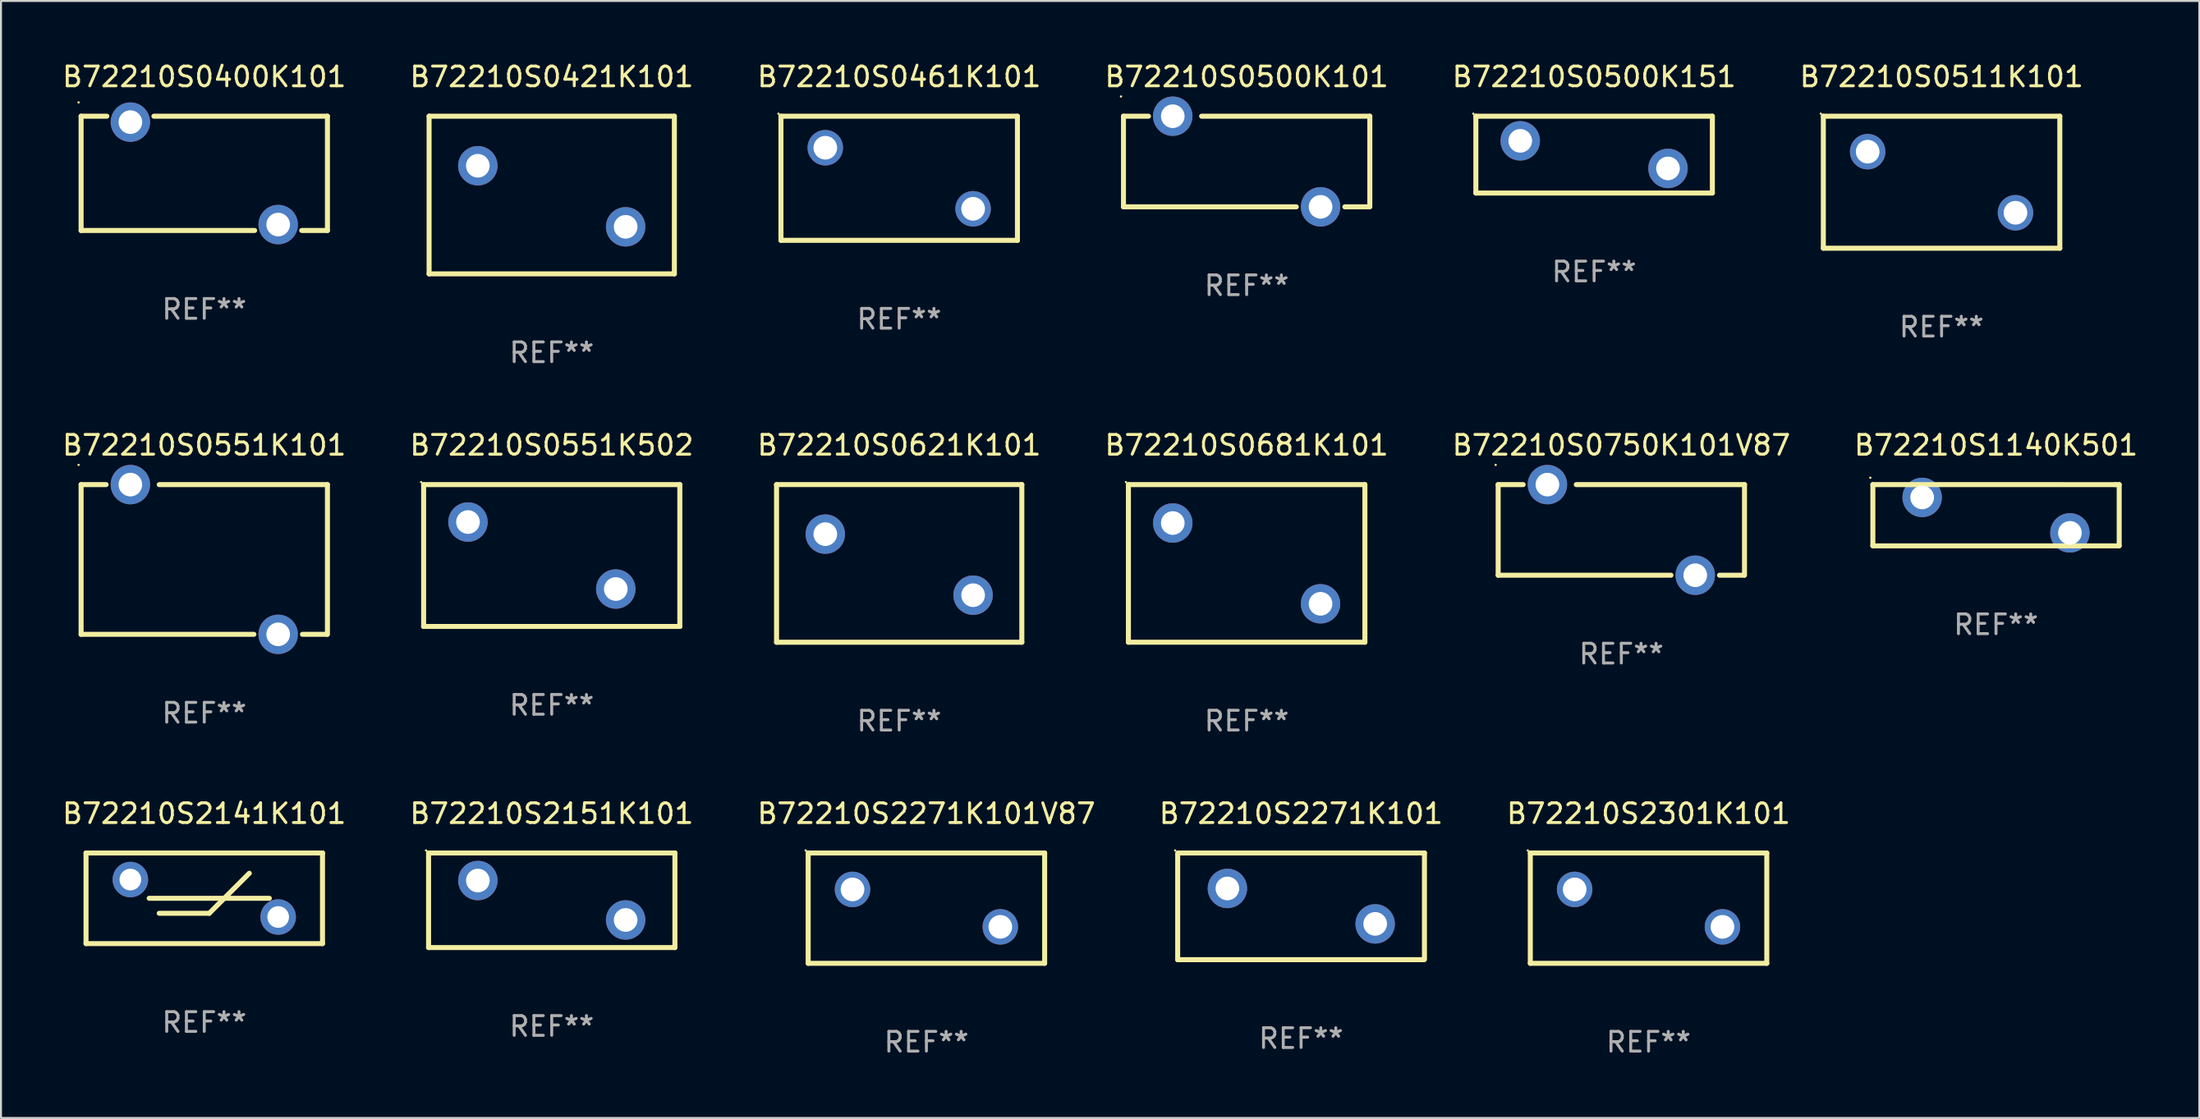
<source format=kicad_pcb>
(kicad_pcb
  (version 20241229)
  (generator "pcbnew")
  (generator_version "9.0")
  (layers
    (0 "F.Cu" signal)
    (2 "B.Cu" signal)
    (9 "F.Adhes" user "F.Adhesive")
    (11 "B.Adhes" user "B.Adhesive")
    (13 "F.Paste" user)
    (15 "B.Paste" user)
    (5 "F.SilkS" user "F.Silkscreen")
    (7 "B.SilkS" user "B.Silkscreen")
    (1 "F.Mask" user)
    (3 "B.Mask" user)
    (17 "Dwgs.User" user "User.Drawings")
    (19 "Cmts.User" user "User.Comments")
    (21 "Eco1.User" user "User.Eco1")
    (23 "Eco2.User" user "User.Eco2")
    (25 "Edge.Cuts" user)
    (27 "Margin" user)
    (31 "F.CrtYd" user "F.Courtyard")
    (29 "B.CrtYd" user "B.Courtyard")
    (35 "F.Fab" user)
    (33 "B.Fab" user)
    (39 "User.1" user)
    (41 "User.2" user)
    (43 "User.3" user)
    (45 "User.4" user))
  (footprint "B72210S1140K501"
    (layer "F.Cu")
    (at 98.232 23.101)
    (property "Reference" "B72210S1140K501" (at 0 -3.555 0) (layer "F.SilkS") (effects (font (size 1 1) (thickness 0.15))))
    (attr through_hole)
    (fp_line (start -6.249 -1.555) (end 6.056 -1.554) (stroke (width 0.254) (type solid)) (layer "F.SilkS"))
    (fp_line (start -6.249 1.545) (end -6.249 -1.554) (stroke (width 0.254) (type solid)) (layer "F.SilkS"))
    (fp_line (start 6.056 -1.554) (end 6.251 -1.555) (stroke (width 0.254) (type solid)) (layer "F.SilkS"))
    (fp_line (start 6.251 -1.555) (end 6.251 1.545) (stroke (width 0.254) (type solid)) (layer "F.SilkS"))
    (fp_line (start 6.251 1.555) (end -6.251 1.555) (stroke (width 0.254) (type solid)) (layer "F.SilkS"))
    (fp_circle (center -6.378 -1.904) (end -6.348 -1.904) (stroke (width 0.06) (type solid)) (fill no) (layer "F.SilkS"))
    (fp_text user "REF**" (at 0 5.555 0) (layer "F.Fab") (effects (font (size 1 1) (thickness 0.15))))
    (pad "1" thru_hole circle (at -3.748 -0.904) (size 2 2) (drill 1.2) (layers "*.Cu" "*.Mask"))
    (pad "2" thru_hole circle (at 3.75 0.894) (size 2 2) (drill 1.2) (layers "*.Cu" "*.Mask")))
  (footprint "B72210S2141K101"
    (layer "F.Cu")
    (at 7.315 42.543)
    (property "Reference" "B72210S2141K101" (at 0 -4.3 0) (layer "F.SilkS") (effects (font (size 1 1) (thickness 0.15))))
    (attr through_hole)
    (fp_line (start -6 -2.3) (end -6 2.3) (stroke (width 0.254) (type solid)) (layer "F.SilkS"))
    (fp_line (start -6 -2.3) (end 6 -2.3) (stroke (width 0.254) (type solid)) (layer "F.SilkS"))
    (fp_line (start -6 2.3) (end 6 2.3) (stroke (width 0.254) (type solid)) (layer "F.SilkS"))
    (fp_line (start -2.794 0) (end 3.302 0) (stroke (width 0.254) (type solid)) (layer "F.SilkS"))
    (fp_line (start -2.286 0.762) (end 0.254 0.762) (stroke (width 0.254) (type solid)) (layer "F.SilkS"))
    (fp_line (start 0.254 0.762) (end 2.286 -1.27) (stroke (width 0.254) (type solid)) (layer "F.SilkS"))
    (fp_line (start 6 -2.3) (end 6 2.3) (stroke (width 0.254) (type solid)) (layer "F.SilkS"))
    (fp_circle (center -6 -2.3) (end -5.97 -2.3) (stroke (width 0.06) (type solid)) (fill no) (layer "F.SilkS"))
    (fp_text user "REF**" (at 0 6.3 0) (layer "F.Fab") (effects (font (size 1 1) (thickness 0.15))))
    (pad "1" thru_hole circle (at -3.75 -0.95) (size 1.8 1.8) (drill 1.1) (layers "*.Cu" "*.Mask"))
    (pad "2" thru_hole circle (at 3.75 0.95) (size 1.8 1.8) (drill 1.1) (layers "*.Cu" "*.Mask")))
  (footprint "B72210S0750K101V87"
    (layer "F.Cu")
    (at 79.22 23.846)
    (property "Reference" "B72210S0750K101V87" (at 0 -4.3 0) (layer "F.SilkS") (effects (font (size 1 1) (thickness 0.15))))
    (attr through_hole)
    (fp_line (start -6.25 -2.3) (end -6.25 2.3) (stroke (width 0.254) (type solid)) (layer "F.SilkS"))
    (fp_line (start -6.25 -2.3) (end -4.981 -2.3) (stroke (width 0.254) (type solid)) (layer "F.SilkS"))
    (fp_line (start -6.25 2.3) (end 2.519 2.3) (stroke (width 0.254) (type solid)) (layer "F.SilkS"))
    (fp_line (start 4.981 2.3) (end 6.223 2.3) (stroke (width 0.254) (type solid)) (layer "F.SilkS"))
    (fp_line (start 6.25 -2.3) (end -2.286 -2.3) (stroke (width 0.254) (type solid)) (layer "F.SilkS"))
    (fp_line (start 6.25 -2.3) (end 6.25 2.3) (stroke (width 0.254) (type solid)) (layer "F.SilkS"))
    (fp_circle (center -6.377 -3.3) (end -6.347 -3.3) (stroke (width 0.06) (type solid)) (fill no) (layer "F.SilkS"))
    (fp_text user "REF**" (at 0 6.3 0) (layer "F.Fab") (effects (font (size 1 1) (thickness 0.15))))
    (pad "1" thru_hole circle (at -3.75 -2.3) (size 2 2) (drill 1.2) (layers "*.Cu" "*.Mask"))
    (pad "2" thru_hole circle (at 3.75 2.3) (size 2 2) (drill 1.2) (layers "*.Cu" "*.Mask")))
  (footprint "B72210S0500K151"
    (layer "F.Cu")
    (at 77.839 4.798)
    (property "Reference" "B72210S0500K151" (at 0 -3.95 0) (layer "F.SilkS") (effects (font (size 1 1) (thickness 0.15))))
    (attr through_hole)
    (fp_line (start -6 -1.95) (end 6 -1.95) (stroke (width 0.254) (type solid)) (layer "F.SilkS"))
    (fp_line (start -6 1.95) (end -6 -1.95) (stroke (width 0.254) (type solid)) (layer "F.SilkS"))
    (fp_line (start 6 -1.95) (end 6 1.95) (stroke (width 0.254) (type solid)) (layer "F.SilkS"))
    (fp_line (start 6 1.95) (end -6 1.95) (stroke (width 0.254) (type solid)) (layer "F.SilkS"))
    (fp_circle (center -6.127 -2.077) (end -6.097 -2.077) (stroke (width 0.06) (type solid)) (fill no) (layer "F.SilkS"))
    (fp_text user "REF**" (at 0 5.95 0) (layer "F.Fab") (effects (font (size 1 1) (thickness 0.15))))
    (pad "1" thru_hole circle (at -3.749 -0.7) (size 2 2) (drill 1.2) (layers "*.Cu" "*.Mask"))
    (pad "2" thru_hole circle (at 3.749 0.7) (size 2 2) (drill 1.2) (layers "*.Cu" "*.Mask")))
  (footprint "B72210S0551K101"
    (layer "F.Cu")
    (at 7.315 25.346)
    (property "Reference" "B72210S0551K101" (at 0 -5.8 0) (layer "F.SilkS") (effects (font (size 1 1) (thickness 0.15))))
    (attr through_hole)
    (fp_line (start -6.25 -3.8) (end -6.25 3.8) (stroke (width 0.254) (type solid)) (layer "F.SilkS"))
    (fp_line (start -6.25 -3.8) (end -4.981 -3.8) (stroke (width 0.254) (type solid)) (layer "F.SilkS"))
    (fp_line (start -6.25 3.8) (end 2.519 3.8) (stroke (width 0.254) (type solid)) (layer "F.SilkS"))
    (fp_line (start 4.981 3.8) (end 6.223 3.8) (stroke (width 0.254) (type solid)) (layer "F.SilkS"))
    (fp_line (start 6.25 -3.8) (end -2.286 -3.8) (stroke (width 0.254) (type solid)) (layer "F.SilkS"))
    (fp_line (start 6.25 -3.8) (end 6.25 3.8) (stroke (width 0.254) (type solid)) (layer "F.SilkS"))
    (fp_circle (center -6.377 -4.8) (end -6.347 -4.8) (stroke (width 0.06) (type solid)) (fill no) (layer "F.SilkS"))
    (fp_text user "REF**" (at 0 7.8 0) (layer "F.Fab") (effects (font (size 1 1) (thickness 0.15))))
    (pad "1" thru_hole circle (at -3.75 -3.8) (size 2 2) (drill 1.2) (layers "*.Cu" "*.Mask"))
    (pad "2" thru_hole circle (at 3.75 3.8) (size 2 2) (drill 1.2) (layers "*.Cu" "*.Mask")))
  (footprint "B72210S2151K101"
    (layer "F.Cu")
    (at 24.946 42.643)
    (property "Reference" "B72210S2151K101" (at 0 -4.4 0) (layer "F.SilkS") (effects (font (size 1 1) (thickness 0.15))))
    (attr through_hole)
    (fp_line (start -6.249 2.4) (end -6.249 -2.4) (stroke (width 0.254) (type solid)) (layer "F.SilkS"))
    (fp_line (start -6.249 -2.4) (end 6.251 -2.4) (stroke (width 0.254) (type solid)) (layer "F.SilkS"))
    (fp_line (start 6.251 -2.4) (end 6.251 2.4) (stroke (width 0.254) (type solid)) (layer "F.SilkS"))
    (fp_line (start 6.251 2.4) (end -6.251 2.4) (stroke (width 0.254) (type solid)) (layer "F.SilkS"))
    (fp_circle (center -6.378 -2.527) (end -6.348 -2.527) (stroke (width 0.06) (type solid)) (fill no) (layer "F.SilkS"))
    (fp_text user "REF**" (at 0 6.4 0) (layer "F.Fab") (effects (font (size 1 1) (thickness 0.15))))
    (pad "1" thru_hole circle (at -3.748 -1) (size 2 2) (drill 1.2) (layers "*.Cu" "*.Mask"))
    (pad "2" thru_hole circle (at 3.75 1) (size 2 2) (drill 1.2) (layers "*.Cu" "*.Mask")))
  (footprint "B72210S2301K101"
    (layer "F.Cu")
    (at 80.601 43.043)
    (property "Reference" "B72210S2301K101" (at 0 -4.8 0) (layer "F.SilkS") (effects (font (size 1 1) (thickness 0.15))))
    (attr through_hole)
    (fp_line (start -6 -2.8) (end 6 -2.8) (stroke (width 0.254) (type solid)) (layer "F.SilkS"))
    (fp_line (start -6 2.8) (end -6 -2.8) (stroke (width 0.254) (type solid)) (layer "F.SilkS"))
    (fp_line (start 6 -2.8) (end 6 2.8) (stroke (width 0.254) (type solid)) (layer "F.SilkS"))
    (fp_line (start 6 2.8) (end -6 2.8) (stroke (width 0.254) (type solid)) (layer "F.SilkS"))
    (fp_circle (center -6.127 -2.927) (end -6.097 -2.927) (stroke (width 0.06) (type solid)) (fill no) (layer "F.SilkS"))
    (fp_text user "REF**" (at 0 6.8 0) (layer "F.Fab") (effects (font (size 1 1) (thickness 0.15))))
    (pad "1" thru_hole circle (at -3.75 -0.95) (size 1.8 1.8) (drill 1.2) (layers "*.Cu" "*.Mask"))
    (pad "2" thru_hole circle (at 3.75 0.95) (size 1.8 1.8) (drill 1.2) (layers "*.Cu" "*.Mask")))
  (footprint "B72210S0421K101"
    (layer "F.Cu")
    (at 24.946 6.849)
    (property "Reference" "B72210S0421K101" (at 0 -6.001 0) (layer "F.SilkS") (effects (font (size 1 1) (thickness 0.15))))
    (attr through_hole)
    (fp_line (start -6.223 -4.001) (end 6.223 -4.001) (stroke (width 0.254) (type solid)) (layer "F.SilkS"))
    (fp_line (start -6.223 4.001) (end -6.223 -4.001) (stroke (width 0.254) (type solid)) (layer "F.SilkS"))
    (fp_line (start 6.223 -4.001) (end 6.223 4.001) (stroke (width 0.254) (type solid)) (layer "F.SilkS"))
    (fp_line (start 6.223 4.001) (end -6.223 4.001) (stroke (width 0.254) (type solid)) (layer "F.SilkS"))
    (fp_circle (center -6.25 -3.937) (end -6.22 -3.937) (stroke (width 0.06) (type solid)) (fill no) (layer "F.SilkS"))
    (fp_text user "REF**" (at 0 8.001 0) (layer "F.Fab") (effects (font (size 1 1) (thickness 0.15))))
    (pad "1" thru_hole circle (at -3.75 -1.486) (size 2 2) (drill 1.2) (layers "*.Cu" "*.Mask"))
    (pad "2" thru_hole circle (at 3.75 1.613) (size 2 2) (drill 1.2) (layers "*.Cu" "*.Mask")))
  (footprint "B72210S0551K502"
    (layer "F.Cu")
    (at 24.946 25.146)
    (property "Reference" "B72210S0551K502" (at 0 -5.6 0) (layer "F.SilkS") (effects (font (size 1 1) (thickness 0.15))))
    (attr through_hole)
    (fp_line (start -6.5 -3.6) (end -6.5 3.6) (stroke (width 0.254) (type solid)) (layer "F.SilkS"))
    (fp_line (start -6.5 -3.6) (end 6.5 -3.6) (stroke (width 0.254) (type solid)) (layer "F.SilkS"))
    (fp_line (start -6.5 3.6) (end 6.5 3.6) (stroke (width 0.254) (type solid)) (layer "F.SilkS"))
    (fp_line (start 6.5 -3.6) (end 6.5 3.6) (stroke (width 0.254) (type solid)) (layer "F.SilkS"))
    (fp_circle (center -6.627 -3.727) (end -6.597 -3.727) (stroke (width 0.06) (type solid)) (fill no) (layer "F.SilkS"))
    (fp_text user "REF**" (at 0 7.6 0) (layer "F.Fab") (effects (font (size 1 1) (thickness 0.15))))
    (pad "1" thru_hole circle (at -4.25 -1.7) (size 2 2) (drill 1.2) (layers "*.Cu" "*.Mask"))
    (pad "2" thru_hole circle (at 3.25 1.7) (size 2 2) (drill 1.2) (layers "*.Cu" "*.Mask")))
  (footprint "B72210S0621K101"
    (layer "F.Cu")
    (at 42.577 25.546)
    (property "Reference" "B72210S0621K101" (at 0 -6.001 0) (layer "F.SilkS") (effects (font (size 1 1) (thickness 0.15))))
    (attr through_hole)
    (fp_line (start -6.223 -4.001) (end 6.223 -4.001) (stroke (width 0.254) (type solid)) (layer "F.SilkS"))
    (fp_line (start -6.223 4.001) (end -6.223 -4.001) (stroke (width 0.254) (type solid)) (layer "F.SilkS"))
    (fp_line (start 6.223 -4.001) (end 6.223 4.001) (stroke (width 0.254) (type solid)) (layer "F.SilkS"))
    (fp_line (start 6.223 4.001) (end -6.223 4.001) (stroke (width 0.254) (type solid)) (layer "F.SilkS"))
    (fp_circle (center -6.25 -3.937) (end -6.22 -3.937) (stroke (width 0.06) (type solid)) (fill no) (layer "F.SilkS"))
    (fp_text user "REF**" (at 0 8.001 0) (layer "F.Fab") (effects (font (size 1 1) (thickness 0.15))))
    (pad "1" thru_hole circle (at -3.75 -1.486) (size 2 2) (drill 1.2) (layers "*.Cu" "*.Mask"))
    (pad "2" thru_hole circle (at 3.75 1.613) (size 2 2) (drill 1.2) (layers "*.Cu" "*.Mask")))
  (footprint "B72210S0511K101"
    (layer "F.Cu")
    (at 95.47 6.198)
    (property "Reference" "B72210S0511K101" (at 0 -5.35 0) (layer "F.SilkS") (effects (font (size 1 1) (thickness 0.15))))
    (attr through_hole)
    (fp_line (start -6 -3.35) (end 6 -3.35) (stroke (width 0.254) (type solid)) (layer "F.SilkS"))
    (fp_line (start -6 3.35) (end -6 -3.35) (stroke (width 0.254) (type solid)) (layer "F.SilkS"))
    (fp_line (start 6 -3.35) (end 6 3.35) (stroke (width 0.254) (type solid)) (layer "F.SilkS"))
    (fp_line (start 6 3.35) (end -6 3.35) (stroke (width 0.254) (type solid)) (layer "F.SilkS"))
    (fp_circle (center -6.127 -3.477) (end -6.097 -3.477) (stroke (width 0.06) (type solid)) (fill no) (layer "F.SilkS"))
    (fp_text user "REF**" (at 0 7.35 0) (layer "F.Fab") (effects (font (size 1 1) (thickness 0.15))))
    (pad "1" thru_hole circle (at -3.75 -1.55) (size 1.8 1.8) (drill 1.2) (layers "*.Cu" "*.Mask"))
    (pad "2" thru_hole circle (at 3.75 1.55) (size 1.8 1.8) (drill 1.2) (layers "*.Cu" "*.Mask")))
  (footprint "B72210S2271K101"
    (layer "F.Cu")
    (at 62.97 42.951)
    (property "Reference" "B72210S2271K101" (at 0 -4.708 0) (layer "F.SilkS") (effects (font (size 1 1) (thickness 0.15))))
    (attr through_hole)
    (fp_line (start -6.261 2.708) (end -6.261 -2.692) (stroke (width 0.254) (type solid)) (layer "F.SilkS"))
    (fp_line (start -6.24 -2.708) (end 6.261 -2.708) (stroke (width 0.254) (type solid)) (layer "F.SilkS"))
    (fp_line (start 6.241 2.708) (end -6.261 2.708) (stroke (width 0.254) (type solid)) (layer "F.SilkS"))
    (fp_line (start 6.26 -2.708) (end 6.26 2.692) (stroke (width 0.254) (type solid)) (layer "F.SilkS"))
    (fp_circle (center -6.388 -2.835) (end -6.358 -2.835) (stroke (width 0.06) (type solid)) (fill no) (layer "F.SilkS"))
    (fp_text user "REF**" (at 0 6.708 0) (layer "F.Fab") (effects (font (size 1 1) (thickness 0.15))))
    (pad "1" thru_hole circle (at -3.739 -0.907) (size 2 2) (drill 1.2) (layers "*.Cu" "*.Mask"))
    (pad "2" thru_hole circle (at 3.759 0.891) (size 2 2) (drill 1.2) (layers "*.Cu" "*.Mask")))
  (footprint "B72210S0461K101"
    (layer "F.Cu")
    (at 42.577 5.998)
    (property "Reference" "B72210S0461K101" (at 0 -5.15 0) (layer "F.SilkS") (effects (font (size 1 1) (thickness 0.15))))
    (attr through_hole)
    (fp_line (start -6 -3.15) (end 6 -3.15) (stroke (width 0.254) (type solid)) (layer "F.SilkS"))
    (fp_line (start -6 3.15) (end -6 -3.15) (stroke (width 0.254) (type solid)) (layer "F.SilkS"))
    (fp_line (start 6 -3.15) (end 6 3.15) (stroke (width 0.254) (type solid)) (layer "F.SilkS"))
    (fp_line (start 6 3.15) (end -6 3.15) (stroke (width 0.254) (type solid)) (layer "F.SilkS"))
    (fp_circle (center -6.127 -3.277) (end -6.097 -3.277) (stroke (width 0.06) (type solid)) (fill no) (layer "F.SilkS"))
    (fp_text user "REF**" (at 0 7.15 0) (layer "F.Fab") (effects (font (size 1 1) (thickness 0.15))))
    (pad "1" thru_hole circle (at -3.75 -1.55) (size 1.8 1.8) (drill 1.2) (layers "*.Cu" "*.Mask"))
    (pad "2" thru_hole circle (at 3.75 1.55) (size 1.8 1.8) (drill 1.2) (layers "*.Cu" "*.Mask")))
  (footprint "B72210S0500K101"
    (layer "F.Cu")
    (at 60.208 5.148)
    (property "Reference" "B72210S0500K101" (at 0 -4.3 0) (layer "F.SilkS") (effects (font (size 1 1) (thickness 0.15))))
    (attr through_hole)
    (fp_line (start -6.25 -2.3) (end -6.25 2.3) (stroke (width 0.254) (type solid)) (layer "F.SilkS"))
    (fp_line (start -6.25 -2.3) (end -4.981 -2.3) (stroke (width 0.254) (type solid)) (layer "F.SilkS"))
    (fp_line (start -6.25 2.3) (end 2.519 2.3) (stroke (width 0.254) (type solid)) (layer "F.SilkS"))
    (fp_line (start 4.981 2.3) (end 6.223 2.3) (stroke (width 0.254) (type solid)) (layer "F.SilkS"))
    (fp_line (start 6.25 -2.3) (end -2.286 -2.3) (stroke (width 0.254) (type solid)) (layer "F.SilkS"))
    (fp_line (start 6.25 -2.3) (end 6.25 2.3) (stroke (width 0.254) (type solid)) (layer "F.SilkS"))
    (fp_circle (center -6.377 -3.3) (end -6.347 -3.3) (stroke (width 0.06) (type solid)) (fill no) (layer "F.SilkS"))
    (fp_text user "REF**" (at 0 6.3 0) (layer "F.Fab") (effects (font (size 1 1) (thickness 0.15))))
    (pad "1" thru_hole circle (at -3.75 -2.3) (size 2 2) (drill 1.2) (layers "*.Cu" "*.Mask"))
    (pad "2" thru_hole circle (at 3.75 2.3) (size 2 2) (drill 1.2) (layers "*.Cu" "*.Mask")))
  (footprint "B72210S0681K101"
    (layer "F.Cu")
    (at 60.208 25.546)
    (property "Reference" "B72210S0681K101" (at 0 -6 0) (layer "F.SilkS") (effects (font (size 1 1) (thickness 0.15))))
    (attr through_hole)
    (fp_line (start -6 -4) (end 6 -4) (stroke (width 0.254) (type solid)) (layer "F.SilkS"))
    (fp_line (start -6 4) (end -6 -4) (stroke (width 0.254) (type solid)) (layer "F.SilkS"))
    (fp_line (start 6 -4) (end 6 4) (stroke (width 0.254) (type solid)) (layer "F.SilkS"))
    (fp_line (start 6 4) (end -6 4) (stroke (width 0.254) (type solid)) (layer "F.SilkS"))
    (fp_circle (center -6.127 -4.127) (end -6.097 -4.127) (stroke (width 0.06) (type solid)) (fill no) (layer "F.SilkS"))
    (fp_text user "REF**" (at 0 8 0) (layer "F.Fab") (effects (font (size 1 1) (thickness 0.15))))
    (pad "1" thru_hole circle (at -3.749 -2.05) (size 2 2) (drill 1.2) (layers "*.Cu" "*.Mask"))
    (pad "2" thru_hole circle (at 3.749 2.05) (size 2 2) (drill 1.2) (layers "*.Cu" "*.Mask")))
  (footprint "B72210S0400K101"
    (layer "F.Cu")
    (at 7.315 5.748)
    (property "Reference" "B72210S0400K101" (at 0 -4.9 0) (layer "F.SilkS") (effects (font (size 1 1) (thickness 0.15))))
    (attr through_hole)
    (fp_line (start -6.25 -2.9) (end -6.25 2.9) (stroke (width 0.254) (type solid)) (layer "F.SilkS"))
    (fp_line (start -6.25 -2.9) (end -4.944 -2.9) (stroke (width 0.254) (type solid)) (layer "F.SilkS"))
    (fp_line (start -6.25 2.9) (end 2.556 2.9) (stroke (width 0.254) (type solid)) (layer "F.SilkS"))
    (fp_line (start -2.556 -2.9) (end 6.25 -2.9) (stroke (width 0.254) (type solid)) (layer "F.SilkS"))
    (fp_line (start 4.944 2.9) (end 6.25 2.9) (stroke (width 0.254) (type solid)) (layer "F.SilkS"))
    (fp_line (start 6.25 -2.9) (end 6.25 2.9) (stroke (width 0.254) (type solid)) (layer "F.SilkS"))
    (fp_circle (center -6.377 -3.6) (end -6.347 -3.6) (stroke (width 0.06) (type solid)) (fill no) (layer "F.SilkS"))
    (fp_text user "REF**" (at 0 6.9 0) (layer "F.Fab") (effects (font (size 1 1) (thickness 0.15))))
    (pad "1" thru_hole circle (at -3.75 -2.6) (size 2 2) (drill 1.2) (layers "*.Cu" "*.Mask"))
    (pad "2" thru_hole circle (at 3.75 2.6) (size 2 2) (drill 1.2) (layers "*.Cu" "*.Mask")))
  (footprint "B72210S2271K101V87"
    (layer "F.Cu")
    (at 43.958 43.043)
    (property "Reference" "B72210S2271K101V87" (at 0 -4.8 0) (layer "F.SilkS") (effects (font (size 1 1) (thickness 0.15))))
    (attr through_hole)
    (fp_line (start -6 -2.8) (end 6 -2.8) (stroke (width 0.254) (type solid)) (layer "F.SilkS"))
    (fp_line (start -6 2.8) (end -6 -2.8) (stroke (width 0.254) (type solid)) (layer "F.SilkS"))
    (fp_line (start 6 -2.8) (end 6 2.8) (stroke (width 0.254) (type solid)) (layer "F.SilkS"))
    (fp_line (start 6 2.8) (end -6 2.8) (stroke (width 0.254) (type solid)) (layer "F.SilkS"))
    (fp_circle (center -6.127 -2.927) (end -6.097 -2.927) (stroke (width 0.06) (type solid)) (fill no) (layer "F.SilkS"))
    (fp_text user "REF**" (at 0 6.8 0) (layer "F.Fab") (effects (font (size 1 1) (thickness 0.15))))
    (pad "1" thru_hole circle (at -3.75 -0.95) (size 1.8 1.8) (drill 1.2) (layers "*.Cu" "*.Mask"))
    (pad "2" thru_hole circle (at 3.75 0.95) (size 1.8 1.8) (drill 1.2) (layers "*.Cu" "*.Mask")))
  (gr_rect
    (start -3 -3)
    (end 108.548 53.692)
    (stroke (width 0.1) (type default))
    (fill no)
    (layer "Edge.Cuts")))
</source>
